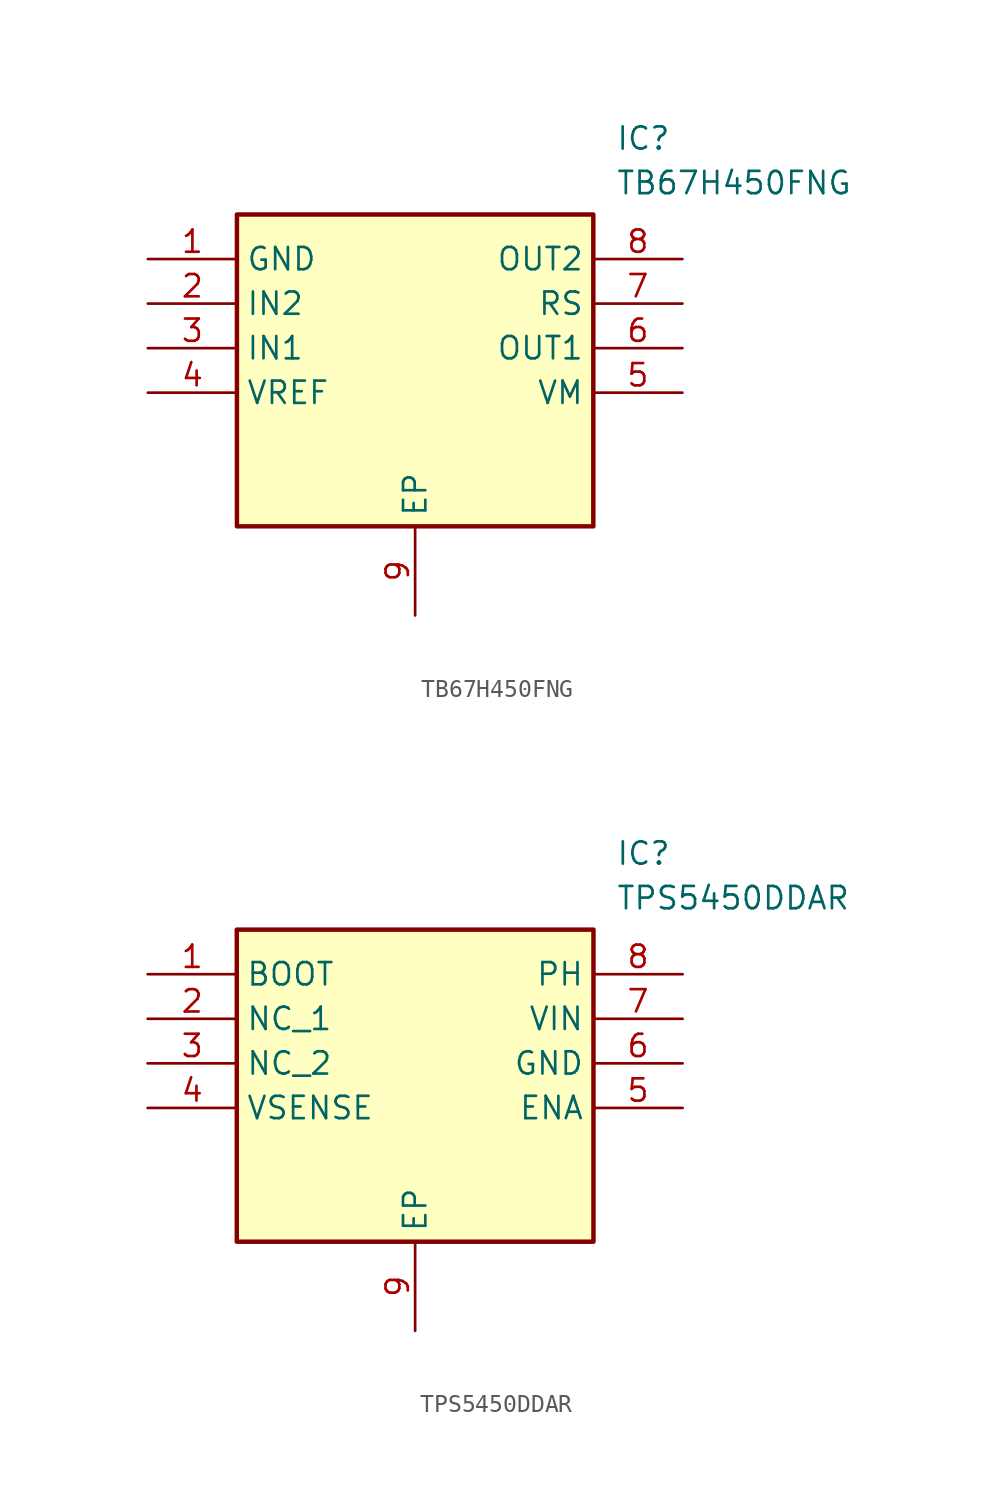
<source format=kicad_sym>
(kicad_symbol_lib
  (version 20231120)
  (generator "kicad_symbol_editor")
  (generator_version "8.0")
  (symbol "TB67H450FNG"
    (property "Reference" "IC"
      (at 26.67 7.62 0)
      (effects (font (size 1.27 1.27)) (justify left top)))
    (property "Value" "TB67H450FNG"
      (at 26.67 5.08 0)
      (effects (font (size 1.27 1.27)) (justify left top)))
    (symbol "TB67H450FNG_1_1"
      (rectangle (start 5.08 2.54) (end 25.4 -15.24) (stroke (width 0.254) (type default)) (fill (type background)))
      (pin passive line (at 0 0 0) (length 5.08) (name "GND" (effects (font (size 1.27 1.27)))) (number "1" (effects (font (size 1.27 1.27)))))
      (pin passive line (at 0 -2.54 0) (length 5.08) (name "IN2" (effects (font (size 1.27 1.27)))) (number "2" (effects (font (size 1.27 1.27)))))
      (pin passive line (at 0 -5.08 0) (length 5.08) (name "IN1" (effects (font (size 1.27 1.27)))) (number "3" (effects (font (size 1.27 1.27)))))
      (pin passive line (at 0 -7.62 0) (length 5.08) (name "VREF" (effects (font (size 1.27 1.27)))) (number "4" (effects (font (size 1.27 1.27)))))
      (pin passive line (at 30.48 -7.62 180) (length 5.08) (name "VM" (effects (font (size 1.27 1.27)))) (number "5" (effects (font (size 1.27 1.27)))))
      (pin passive line (at 30.48 -5.08 180) (length 5.08) (name "OUT1" (effects (font (size 1.27 1.27)))) (number "6" (effects (font (size 1.27 1.27)))))
      (pin passive line (at 30.48 -2.54 180) (length 5.08) (name "RS" (effects (font (size 1.27 1.27)))) (number "7" (effects (font (size 1.27 1.27)))))
      (pin passive line (at 30.48 0 180) (length 5.08) (name "OUT2" (effects (font (size 1.27 1.27)))) (number "8" (effects (font (size 1.27 1.27)))))
      (pin passive line (at 15.24 -20.32 90) (length 5.08) (name "EP" (effects (font (size 1.27 1.27)))) (number "9" (effects (font (size 1.27 1.27)))))))
  (symbol "TPS5450DDAR"
    (property "Reference" "IC"
      (at 26.67 7.62 0)
      (effects (font (size 1.27 1.27)) (justify left top)))
    (property "Value" "TPS5450DDAR"
      (at 26.67 5.08 0)
      (effects (font (size 1.27 1.27)) (justify left top)))
    (symbol "TPS5450DDAR_1_1"
      (rectangle (start 5.08 2.54) (end 25.4 -15.24) (stroke (width 0.254) (type default)) (fill (type background)))
      (pin passive line (at 0 0 0) (length 5.08) (name "BOOT" (effects (font (size 1.27 1.27)))) (number "1" (effects (font (size 1.27 1.27)))))
      (pin passive line (at 0 -2.54 0) (length 5.08) (name "NC_1" (effects (font (size 1.27 1.27)))) (number "2" (effects (font (size 1.27 1.27)))))
      (pin passive line (at 0 -5.08 0) (length 5.08) (name "NC_2" (effects (font (size 1.27 1.27)))) (number "3" (effects (font (size 1.27 1.27)))))
      (pin passive line (at 0 -7.62 0) (length 5.08) (name "VSENSE" (effects (font (size 1.27 1.27)))) (number "4" (effects (font (size 1.27 1.27)))))
      (pin passive line (at 30.48 -7.62 180) (length 5.08) (name "ENA" (effects (font (size 1.27 1.27)))) (number "5" (effects (font (size 1.27 1.27)))))
      (pin passive line (at 30.48 -5.08 180) (length 5.08) (name "GND" (effects (font (size 1.27 1.27)))) (number "6" (effects (font (size 1.27 1.27)))))
      (pin passive line (at 30.48 -2.54 180) (length 5.08) (name "VIN" (effects (font (size 1.27 1.27)))) (number "7" (effects (font (size 1.27 1.27)))))
      (pin passive line (at 30.48 0 180) (length 5.08) (name "PH" (effects (font (size 1.27 1.27)))) (number "8" (effects (font (size 1.27 1.27)))))
      (pin passive line (at 15.24 -20.32 90) (length 5.08) (name "EP" (effects (font (size 1.27 1.27)))) (number "9" (effects (font (size 1.27 1.27))))))))
</source>
